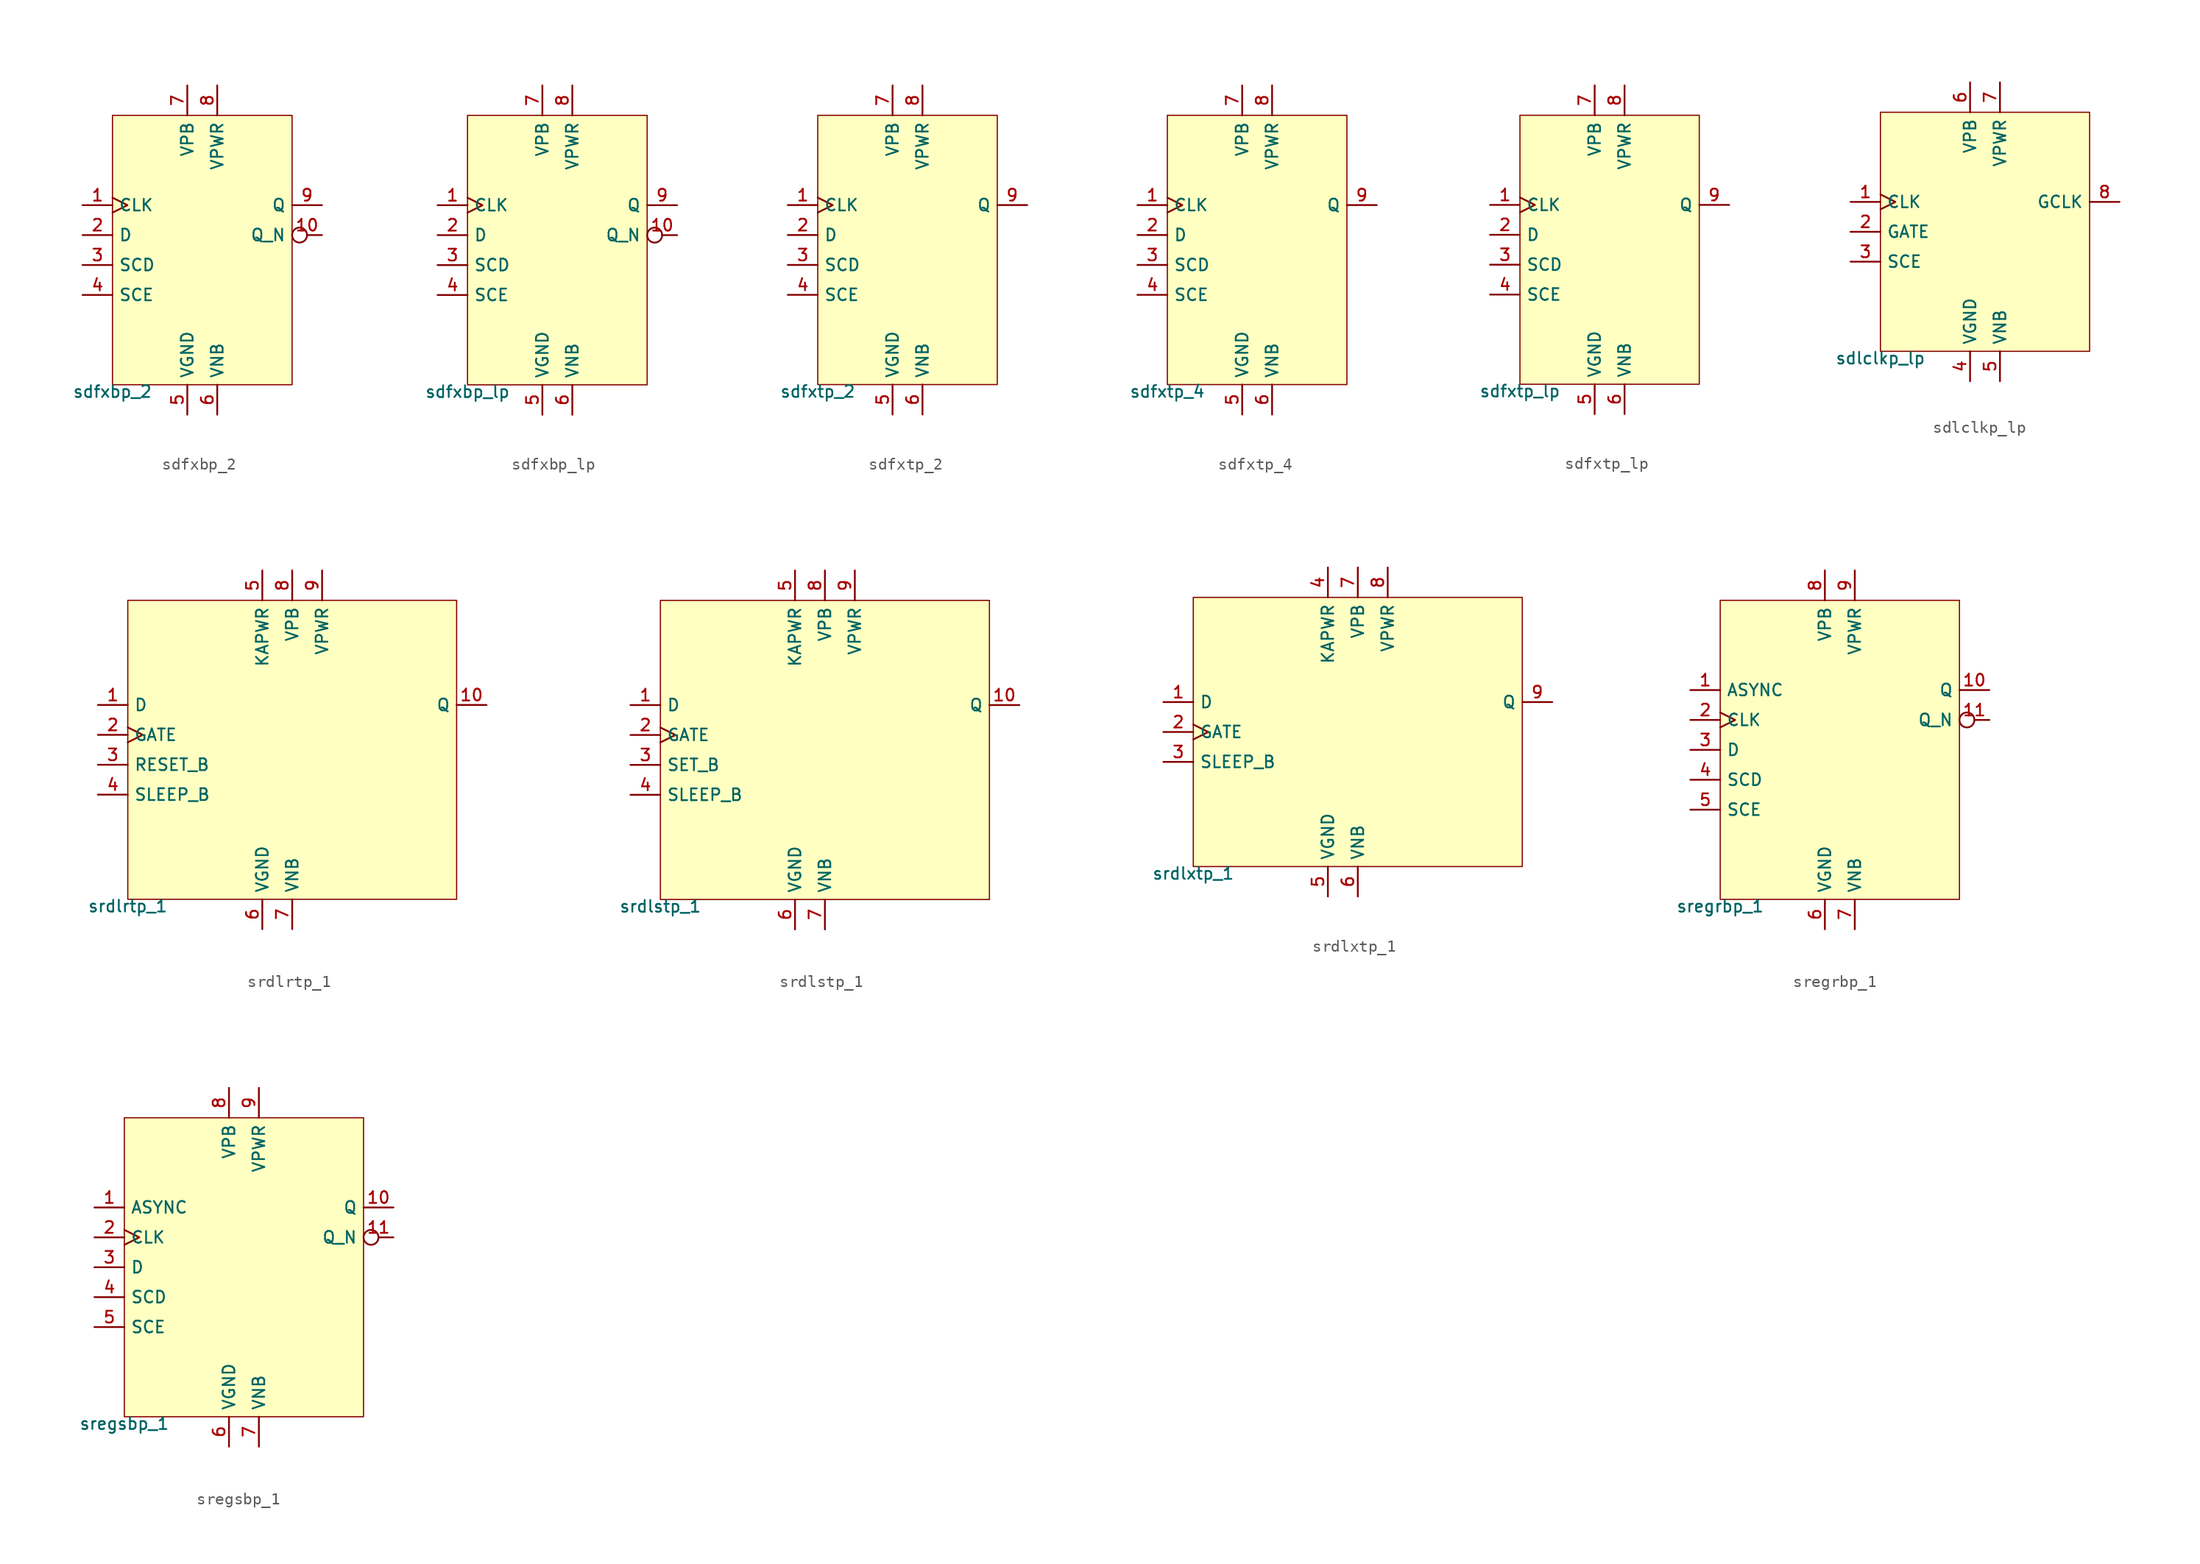
<source format=kicad_sym>
(kicad_symbol_lib
  (version 20211014)
  (generator pdk2kicad)
  (symbol "sdfxbp_2"
    (property "Reference" "X"
      (at 0 0 0)
      (effects (font (size 1 1)) hide))
    (property "Value" "sdfxbp_2"
      (at -7.62 -11.43 0)
      (effects (font (size 1 1)) (justify top)))
    (rectangle
      (start -7.62 -11.43)
      (end 7.62 11.43)
      (stroke (width 0.1) (type solid) (color 0 0 0 0))
      (fill (type background)))
    (pin input clock
      (at -10.16 3.81 0)
      (length 2.54)
      (name "CLK" (effects (font (size 1 1)) hide))
      (number "1" (effects (font (size 1 1)) hide)))
    (pin input line
      (at -10.16 1.27 0)
      (length 2.54)
      (name "D" (effects (font (size 1 1)) hide))
      (number "2" (effects (font (size 1 1)) hide)))
    (pin input line
      (at -10.16 -1.27 0)
      (length 2.54)
      (name "SCD" (effects (font (size 1 1)) hide))
      (number "3" (effects (font (size 1 1)) hide)))
    (pin input line
      (at -10.16 -3.81 0)
      (length 2.54)
      (name "SCE" (effects (font (size 1 1)) hide))
      (number "4" (effects (font (size 1 1)) hide)))
    (pin power_in line
      (at -1.27 -13.97 90)
      (length 2.54)
      (name "VGND" (effects (font (size 1 1)) hide))
      (number "5" (effects (font (size 1 1)) hide)))
    (pin power_in line
      (at 1.27 -13.97 90)
      (length 2.54)
      (name "VNB" (effects (font (size 1 1)) hide))
      (number "6" (effects (font (size 1 1)) hide)))
    (pin power_in line
      (at -1.27 13.97 270)
      (length 2.54)
      (name "VPB" (effects (font (size 1 1)) hide))
      (number "7" (effects (font (size 1 1)) hide)))
    (pin power_in line
      (at 1.27 13.97 270)
      (length 2.54)
      (name "VPWR" (effects (font (size 1 1)) hide))
      (number "8" (effects (font (size 1 1)) hide)))
    (pin output line
      (at 10.16 3.81 180)
      (length 2.54)
      (name "Q" (effects (font (size 1 1)) hide))
      (number "9" (effects (font (size 1 1)) hide)))
    (pin output inverted
      (at 10.16 1.27 180)
      (length 2.54)
      (name "Q_N" (effects (font (size 1 1)) hide))
      (number "10" (effects (font (size 1 1)) hide))))
  (symbol "sdfxbp_lp"
    (property "Reference" "X"
      (at 0 0 0)
      (effects (font (size 1 1)) hide))
    (property "Value" "sdfxbp_lp"
      (at -7.62 -11.43 0)
      (effects (font (size 1 1)) (justify top)))
    (rectangle
      (start -7.62 -11.43)
      (end 7.62 11.43)
      (stroke (width 0.1) (type solid) (color 0 0 0 0))
      (fill (type background)))
    (pin input clock
      (at -10.16 3.81 0)
      (length 2.54)
      (name "CLK" (effects (font (size 1 1)) hide))
      (number "1" (effects (font (size 1 1)) hide)))
    (pin input line
      (at -10.16 1.27 0)
      (length 2.54)
      (name "D" (effects (font (size 1 1)) hide))
      (number "2" (effects (font (size 1 1)) hide)))
    (pin input line
      (at -10.16 -1.27 0)
      (length 2.54)
      (name "SCD" (effects (font (size 1 1)) hide))
      (number "3" (effects (font (size 1 1)) hide)))
    (pin input line
      (at -10.16 -3.81 0)
      (length 2.54)
      (name "SCE" (effects (font (size 1 1)) hide))
      (number "4" (effects (font (size 1 1)) hide)))
    (pin power_in line
      (at -1.27 -13.97 90)
      (length 2.54)
      (name "VGND" (effects (font (size 1 1)) hide))
      (number "5" (effects (font (size 1 1)) hide)))
    (pin power_in line
      (at 1.27 -13.97 90)
      (length 2.54)
      (name "VNB" (effects (font (size 1 1)) hide))
      (number "6" (effects (font (size 1 1)) hide)))
    (pin power_in line
      (at -1.27 13.97 270)
      (length 2.54)
      (name "VPB" (effects (font (size 1 1)) hide))
      (number "7" (effects (font (size 1 1)) hide)))
    (pin power_in line
      (at 1.27 13.97 270)
      (length 2.54)
      (name "VPWR" (effects (font (size 1 1)) hide))
      (number "8" (effects (font (size 1 1)) hide)))
    (pin output line
      (at 10.16 3.81 180)
      (length 2.54)
      (name "Q" (effects (font (size 1 1)) hide))
      (number "9" (effects (font (size 1 1)) hide)))
    (pin output inverted
      (at 10.16 1.27 180)
      (length 2.54)
      (name "Q_N" (effects (font (size 1 1)) hide))
      (number "10" (effects (font (size 1 1)) hide))))
  (symbol "sdfxtp_2"
    (property "Reference" "X"
      (at 0 0 0)
      (effects (font (size 1 1)) hide))
    (property "Value" "sdfxtp_2"
      (at -7.62 -11.43 0)
      (effects (font (size 1 1)) (justify top)))
    (rectangle
      (start -7.62 -11.43)
      (end 7.62 11.43)
      (stroke (width 0.1) (type solid) (color 0 0 0 0))
      (fill (type background)))
    (pin input clock
      (at -10.16 3.81 0)
      (length 2.54)
      (name "CLK" (effects (font (size 1 1)) hide))
      (number "1" (effects (font (size 1 1)) hide)))
    (pin input line
      (at -10.16 1.27 0)
      (length 2.54)
      (name "D" (effects (font (size 1 1)) hide))
      (number "2" (effects (font (size 1 1)) hide)))
    (pin input line
      (at -10.16 -1.27 0)
      (length 2.54)
      (name "SCD" (effects (font (size 1 1)) hide))
      (number "3" (effects (font (size 1 1)) hide)))
    (pin input line
      (at -10.16 -3.81 0)
      (length 2.54)
      (name "SCE" (effects (font (size 1 1)) hide))
      (number "4" (effects (font (size 1 1)) hide)))
    (pin power_in line
      (at -1.27 -13.97 90)
      (length 2.54)
      (name "VGND" (effects (font (size 1 1)) hide))
      (number "5" (effects (font (size 1 1)) hide)))
    (pin power_in line
      (at 1.27 -13.97 90)
      (length 2.54)
      (name "VNB" (effects (font (size 1 1)) hide))
      (number "6" (effects (font (size 1 1)) hide)))
    (pin power_in line
      (at -1.27 13.97 270)
      (length 2.54)
      (name "VPB" (effects (font (size 1 1)) hide))
      (number "7" (effects (font (size 1 1)) hide)))
    (pin power_in line
      (at 1.27 13.97 270)
      (length 2.54)
      (name "VPWR" (effects (font (size 1 1)) hide))
      (number "8" (effects (font (size 1 1)) hide)))
    (pin output line
      (at 10.16 3.81 180)
      (length 2.54)
      (name "Q" (effects (font (size 1 1)) hide))
      (number "9" (effects (font (size 1 1)) hide))))
  (symbol "sdfxtp_4"
    (property "Reference" "X"
      (at 0 0 0)
      (effects (font (size 1 1)) hide))
    (property "Value" "sdfxtp_4"
      (at -7.62 -11.43 0)
      (effects (font (size 1 1)) (justify top)))
    (rectangle
      (start -7.62 -11.43)
      (end 7.62 11.43)
      (stroke (width 0.1) (type solid) (color 0 0 0 0))
      (fill (type background)))
    (pin input clock
      (at -10.16 3.81 0)
      (length 2.54)
      (name "CLK" (effects (font (size 1 1)) hide))
      (number "1" (effects (font (size 1 1)) hide)))
    (pin input line
      (at -10.16 1.27 0)
      (length 2.54)
      (name "D" (effects (font (size 1 1)) hide))
      (number "2" (effects (font (size 1 1)) hide)))
    (pin input line
      (at -10.16 -1.27 0)
      (length 2.54)
      (name "SCD" (effects (font (size 1 1)) hide))
      (number "3" (effects (font (size 1 1)) hide)))
    (pin input line
      (at -10.16 -3.81 0)
      (length 2.54)
      (name "SCE" (effects (font (size 1 1)) hide))
      (number "4" (effects (font (size 1 1)) hide)))
    (pin power_in line
      (at -1.27 -13.97 90)
      (length 2.54)
      (name "VGND" (effects (font (size 1 1)) hide))
      (number "5" (effects (font (size 1 1)) hide)))
    (pin power_in line
      (at 1.27 -13.97 90)
      (length 2.54)
      (name "VNB" (effects (font (size 1 1)) hide))
      (number "6" (effects (font (size 1 1)) hide)))
    (pin power_in line
      (at -1.27 13.97 270)
      (length 2.54)
      (name "VPB" (effects (font (size 1 1)) hide))
      (number "7" (effects (font (size 1 1)) hide)))
    (pin power_in line
      (at 1.27 13.97 270)
      (length 2.54)
      (name "VPWR" (effects (font (size 1 1)) hide))
      (number "8" (effects (font (size 1 1)) hide)))
    (pin output line
      (at 10.16 3.81 180)
      (length 2.54)
      (name "Q" (effects (font (size 1 1)) hide))
      (number "9" (effects (font (size 1 1)) hide))))
  (symbol "sdfxtp_lp"
    (property "Reference" "X"
      (at 0 0 0)
      (effects (font (size 1 1)) hide))
    (property "Value" "sdfxtp_lp"
      (at -7.62 -11.43 0)
      (effects (font (size 1 1)) (justify top)))
    (rectangle
      (start -7.62 -11.43)
      (end 7.62 11.43)
      (stroke (width 0.1) (type solid) (color 0 0 0 0))
      (fill (type background)))
    (pin input clock
      (at -10.16 3.81 0)
      (length 2.54)
      (name "CLK" (effects (font (size 1 1)) hide))
      (number "1" (effects (font (size 1 1)) hide)))
    (pin input line
      (at -10.16 1.27 0)
      (length 2.54)
      (name "D" (effects (font (size 1 1)) hide))
      (number "2" (effects (font (size 1 1)) hide)))
    (pin input line
      (at -10.16 -1.27 0)
      (length 2.54)
      (name "SCD" (effects (font (size 1 1)) hide))
      (number "3" (effects (font (size 1 1)) hide)))
    (pin input line
      (at -10.16 -3.81 0)
      (length 2.54)
      (name "SCE" (effects (font (size 1 1)) hide))
      (number "4" (effects (font (size 1 1)) hide)))
    (pin power_in line
      (at -1.27 -13.97 90)
      (length 2.54)
      (name "VGND" (effects (font (size 1 1)) hide))
      (number "5" (effects (font (size 1 1)) hide)))
    (pin power_in line
      (at 1.27 -13.97 90)
      (length 2.54)
      (name "VNB" (effects (font (size 1 1)) hide))
      (number "6" (effects (font (size 1 1)) hide)))
    (pin power_in line
      (at -1.27 13.97 270)
      (length 2.54)
      (name "VPB" (effects (font (size 1 1)) hide))
      (number "7" (effects (font (size 1 1)) hide)))
    (pin power_in line
      (at 1.27 13.97 270)
      (length 2.54)
      (name "VPWR" (effects (font (size 1 1)) hide))
      (number "8" (effects (font (size 1 1)) hide)))
    (pin output line
      (at 10.16 3.81 180)
      (length 2.54)
      (name "Q" (effects (font (size 1 1)) hide))
      (number "9" (effects (font (size 1 1)) hide))))
  (symbol "sdlclkp_lp"
    (property "Reference" "X"
      (at 0 0 0)
      (effects (font (size 1 1)) hide))
    (property "Value" "sdlclkp_lp"
      (at -8.89 -10.16 0)
      (effects (font (size 1 1)) (justify top)))
    (rectangle
      (start -8.89 -10.16)
      (end 8.89 10.16)
      (stroke (width 0.1) (type solid) (color 0 0 0 0))
      (fill (type background)))
    (pin input clock
      (at -11.43 2.54 0)
      (length 2.54)
      (name "CLK" (effects (font (size 1 1)) hide))
      (number "1" (effects (font (size 1 1)) hide)))
    (pin input line
      (at -11.43 0.0 0)
      (length 2.54)
      (name "GATE" (effects (font (size 1 1)) hide))
      (number "2" (effects (font (size 1 1)) hide)))
    (pin input line
      (at -11.43 -2.54 0)
      (length 2.54)
      (name "SCE" (effects (font (size 1 1)) hide))
      (number "3" (effects (font (size 1 1)) hide)))
    (pin power_in line
      (at -1.27 -12.7 90)
      (length 2.54)
      (name "VGND" (effects (font (size 1 1)) hide))
      (number "4" (effects (font (size 1 1)) hide)))
    (pin power_in line
      (at 1.27 -12.7 90)
      (length 2.54)
      (name "VNB" (effects (font (size 1 1)) hide))
      (number "5" (effects (font (size 1 1)) hide)))
    (pin power_in line
      (at -1.27 12.7 270)
      (length 2.54)
      (name "VPB" (effects (font (size 1 1)) hide))
      (number "6" (effects (font (size 1 1)) hide)))
    (pin power_in line
      (at 1.27 12.7 270)
      (length 2.54)
      (name "VPWR" (effects (font (size 1 1)) hide))
      (number "7" (effects (font (size 1 1)) hide)))
    (pin output line
      (at 11.43 2.54 180)
      (length 2.54)
      (name "GCLK" (effects (font (size 1 1)) hide))
      (number "8" (effects (font (size 1 1)) hide))))
  (symbol "srdlrtp_1"
    (property "Reference" "X"
      (at 0 0 0)
      (effects (font (size 1 1)) hide))
    (property "Value" "srdlrtp_1"
      (at -13.97 -12.7 0)
      (effects (font (size 1 1)) (justify top)))
    (rectangle
      (start -13.97 -12.7)
      (end 13.97 12.7)
      (stroke (width 0.1) (type solid) (color 0 0 0 0))
      (fill (type background)))
    (pin input line
      (at -16.51 3.81 0)
      (length 2.54)
      (name "D" (effects (font (size 1 1)) hide))
      (number "1" (effects (font (size 1 1)) hide)))
    (pin input clock
      (at -16.51 1.27 0)
      (length 2.54)
      (name "GATE" (effects (font (size 1 1)) hide))
      (number "2" (effects (font (size 1 1)) hide)))
    (pin input line
      (at -16.51 -1.27 0)
      (length 2.54)
      (name "RESET_B" (effects (font (size 1 1)) hide))
      (number "3" (effects (font (size 1 1)) hide)))
    (pin input line
      (at -16.51 -3.81 0)
      (length 2.54)
      (name "SLEEP_B" (effects (font (size 1 1)) hide))
      (number "4" (effects (font (size 1 1)) hide)))
    (pin power_in line
      (at -2.54 15.24 270)
      (length 2.54)
      (name "KAPWR" (effects (font (size 1 1)) hide))
      (number "5" (effects (font (size 1 1)) hide)))
    (pin power_in line
      (at -2.54 -15.24 90)
      (length 2.54)
      (name "VGND" (effects (font (size 1 1)) hide))
      (number "6" (effects (font (size 1 1)) hide)))
    (pin power_in line
      (at 0.0 -15.24 90)
      (length 2.54)
      (name "VNB" (effects (font (size 1 1)) hide))
      (number "7" (effects (font (size 1 1)) hide)))
    (pin power_in line
      (at 0.0 15.24 270)
      (length 2.54)
      (name "VPB" (effects (font (size 1 1)) hide))
      (number "8" (effects (font (size 1 1)) hide)))
    (pin power_in line
      (at 2.54 15.24 270)
      (length 2.54)
      (name "VPWR" (effects (font (size 1 1)) hide))
      (number "9" (effects (font (size 1 1)) hide)))
    (pin output line
      (at 16.51 3.81 180)
      (length 2.54)
      (name "Q" (effects (font (size 1 1)) hide))
      (number "10" (effects (font (size 1 1)) hide))))
  (symbol "srdlstp_1"
    (property "Reference" "X"
      (at 0 0 0)
      (effects (font (size 1 1)) hide))
    (property "Value" "srdlstp_1"
      (at -13.97 -12.7 0)
      (effects (font (size 1 1)) (justify top)))
    (rectangle
      (start -13.97 -12.7)
      (end 13.97 12.7)
      (stroke (width 0.1) (type solid) (color 0 0 0 0))
      (fill (type background)))
    (pin input line
      (at -16.51 3.81 0)
      (length 2.54)
      (name "D" (effects (font (size 1 1)) hide))
      (number "1" (effects (font (size 1 1)) hide)))
    (pin input clock
      (at -16.51 1.27 0)
      (length 2.54)
      (name "GATE" (effects (font (size 1 1)) hide))
      (number "2" (effects (font (size 1 1)) hide)))
    (pin input line
      (at -16.51 -1.27 0)
      (length 2.54)
      (name "SET_B" (effects (font (size 1 1)) hide))
      (number "3" (effects (font (size 1 1)) hide)))
    (pin input line
      (at -16.51 -3.81 0)
      (length 2.54)
      (name "SLEEP_B" (effects (font (size 1 1)) hide))
      (number "4" (effects (font (size 1 1)) hide)))
    (pin power_in line
      (at -2.54 15.24 270)
      (length 2.54)
      (name "KAPWR" (effects (font (size 1 1)) hide))
      (number "5" (effects (font (size 1 1)) hide)))
    (pin power_in line
      (at -2.54 -15.24 90)
      (length 2.54)
      (name "VGND" (effects (font (size 1 1)) hide))
      (number "6" (effects (font (size 1 1)) hide)))
    (pin power_in line
      (at 0.0 -15.24 90)
      (length 2.54)
      (name "VNB" (effects (font (size 1 1)) hide))
      (number "7" (effects (font (size 1 1)) hide)))
    (pin power_in line
      (at 0.0 15.24 270)
      (length 2.54)
      (name "VPB" (effects (font (size 1 1)) hide))
      (number "8" (effects (font (size 1 1)) hide)))
    (pin power_in line
      (at 2.54 15.24 270)
      (length 2.54)
      (name "VPWR" (effects (font (size 1 1)) hide))
      (number "9" (effects (font (size 1 1)) hide)))
    (pin output line
      (at 16.51 3.81 180)
      (length 2.54)
      (name "Q" (effects (font (size 1 1)) hide))
      (number "10" (effects (font (size 1 1)) hide))))
  (symbol "srdlxtp_1"
    (property "Reference" "X"
      (at 0 0 0)
      (effects (font (size 1 1)) hide))
    (property "Value" "srdlxtp_1"
      (at -13.97 -11.43 0)
      (effects (font (size 1 1)) (justify top)))
    (rectangle
      (start -13.97 -11.43)
      (end 13.97 11.43)
      (stroke (width 0.1) (type solid) (color 0 0 0 0))
      (fill (type background)))
    (pin input line
      (at -16.51 2.54 0)
      (length 2.54)
      (name "D" (effects (font (size 1 1)) hide))
      (number "1" (effects (font (size 1 1)) hide)))
    (pin input clock
      (at -16.51 0.0 0)
      (length 2.54)
      (name "GATE" (effects (font (size 1 1)) hide))
      (number "2" (effects (font (size 1 1)) hide)))
    (pin input line
      (at -16.51 -2.54 0)
      (length 2.54)
      (name "SLEEP_B" (effects (font (size 1 1)) hide))
      (number "3" (effects (font (size 1 1)) hide)))
    (pin power_in line
      (at -2.54 13.97 270)
      (length 2.54)
      (name "KAPWR" (effects (font (size 1 1)) hide))
      (number "4" (effects (font (size 1 1)) hide)))
    (pin power_in line
      (at -2.54 -13.97 90)
      (length 2.54)
      (name "VGND" (effects (font (size 1 1)) hide))
      (number "5" (effects (font (size 1 1)) hide)))
    (pin power_in line
      (at 0.0 -13.97 90)
      (length 2.54)
      (name "VNB" (effects (font (size 1 1)) hide))
      (number "6" (effects (font (size 1 1)) hide)))
    (pin power_in line
      (at 0.0 13.97 270)
      (length 2.54)
      (name "VPB" (effects (font (size 1 1)) hide))
      (number "7" (effects (font (size 1 1)) hide)))
    (pin power_in line
      (at 2.54 13.97 270)
      (length 2.54)
      (name "VPWR" (effects (font (size 1 1)) hide))
      (number "8" (effects (font (size 1 1)) hide)))
    (pin output line
      (at 16.51 2.54 180)
      (length 2.54)
      (name "Q" (effects (font (size 1 1)) hide))
      (number "9" (effects (font (size 1 1)) hide))))
  (symbol "sregrbp_1"
    (property "Reference" "X"
      (at 0 0 0)
      (effects (font (size 1 1)) hide))
    (property "Value" "sregrbp_1"
      (at -10.16 -12.7 0)
      (effects (font (size 1 1)) (justify top)))
    (rectangle
      (start -10.16 -12.7)
      (end 10.16 12.7)
      (stroke (width 0.1) (type solid) (color 0 0 0 0))
      (fill (type background)))
    (pin input line
      (at -12.7 5.08 0)
      (length 2.54)
      (name "ASYNC" (effects (font (size 1 1)) hide))
      (number "1" (effects (font (size 1 1)) hide)))
    (pin input clock
      (at -12.7 2.54 0)
      (length 2.54)
      (name "CLK" (effects (font (size 1 1)) hide))
      (number "2" (effects (font (size 1 1)) hide)))
    (pin input line
      (at -12.7 -8.881784197001252e-16 0)
      (length 2.54)
      (name "D" (effects (font (size 1 1)) hide))
      (number "3" (effects (font (size 1 1)) hide)))
    (pin input line
      (at -12.7 -2.54 0)
      (length 2.54)
      (name "SCD" (effects (font (size 1 1)) hide))
      (number "4" (effects (font (size 1 1)) hide)))
    (pin input line
      (at -12.7 -5.08 0)
      (length 2.54)
      (name "SCE" (effects (font (size 1 1)) hide))
      (number "5" (effects (font (size 1 1)) hide)))
    (pin power_in line
      (at -1.27 -15.24 90)
      (length 2.54)
      (name "VGND" (effects (font (size 1 1)) hide))
      (number "6" (effects (font (size 1 1)) hide)))
    (pin power_in line
      (at 1.27 -15.24 90)
      (length 2.54)
      (name "VNB" (effects (font (size 1 1)) hide))
      (number "7" (effects (font (size 1 1)) hide)))
    (pin power_in line
      (at -1.27 15.24 270)
      (length 2.54)
      (name "VPB" (effects (font (size 1 1)) hide))
      (number "8" (effects (font (size 1 1)) hide)))
    (pin power_in line
      (at 1.27 15.24 270)
      (length 2.54)
      (name "VPWR" (effects (font (size 1 1)) hide))
      (number "9" (effects (font (size 1 1)) hide)))
    (pin output line
      (at 12.7 5.08 180)
      (length 2.54)
      (name "Q" (effects (font (size 1 1)) hide))
      (number "10" (effects (font (size 1 1)) hide)))
    (pin output inverted
      (at 12.7 2.54 180)
      (length 2.54)
      (name "Q_N" (effects (font (size 1 1)) hide))
      (number "11" (effects (font (size 1 1)) hide))))
  (symbol "sregsbp_1"
    (property "Reference" "X"
      (at 0 0 0)
      (effects (font (size 1 1)) hide))
    (property "Value" "sregsbp_1"
      (at -10.16 -12.7 0)
      (effects (font (size 1 1)) (justify top)))
    (rectangle
      (start -10.16 -12.7)
      (end 10.16 12.7)
      (stroke (width 0.1) (type solid) (color 0 0 0 0))
      (fill (type background)))
    (pin input line
      (at -12.7 5.08 0)
      (length 2.54)
      (name "ASYNC" (effects (font (size 1 1)) hide))
      (number "1" (effects (font (size 1 1)) hide)))
    (pin input clock
      (at -12.7 2.54 0)
      (length 2.54)
      (name "CLK" (effects (font (size 1 1)) hide))
      (number "2" (effects (font (size 1 1)) hide)))
    (pin input line
      (at -12.7 -8.881784197001252e-16 0)
      (length 2.54)
      (name "D" (effects (font (size 1 1)) hide))
      (number "3" (effects (font (size 1 1)) hide)))
    (pin input line
      (at -12.7 -2.54 0)
      (length 2.54)
      (name "SCD" (effects (font (size 1 1)) hide))
      (number "4" (effects (font (size 1 1)) hide)))
    (pin input line
      (at -12.7 -5.08 0)
      (length 2.54)
      (name "SCE" (effects (font (size 1 1)) hide))
      (number "5" (effects (font (size 1 1)) hide)))
    (pin power_in line
      (at -1.27 -15.24 90)
      (length 2.54)
      (name "VGND" (effects (font (size 1 1)) hide))
      (number "6" (effects (font (size 1 1)) hide)))
    (pin power_in line
      (at 1.27 -15.24 90)
      (length 2.54)
      (name "VNB" (effects (font (size 1 1)) hide))
      (number "7" (effects (font (size 1 1)) hide)))
    (pin power_in line
      (at -1.27 15.24 270)
      (length 2.54)
      (name "VPB" (effects (font (size 1 1)) hide))
      (number "8" (effects (font (size 1 1)) hide)))
    (pin power_in line
      (at 1.27 15.24 270)
      (length 2.54)
      (name "VPWR" (effects (font (size 1 1)) hide))
      (number "9" (effects (font (size 1 1)) hide)))
    (pin output line
      (at 12.7 5.08 180)
      (length 2.54)
      (name "Q" (effects (font (size 1 1)) hide))
      (number "10" (effects (font (size 1 1)) hide)))
    (pin output inverted
      (at 12.7 2.54 180)
      (length 2.54)
      (name "Q_N" (effects (font (size 1 1)) hide))
      (number "11" (effects (font (size 1 1)) hide)))))
</source>
